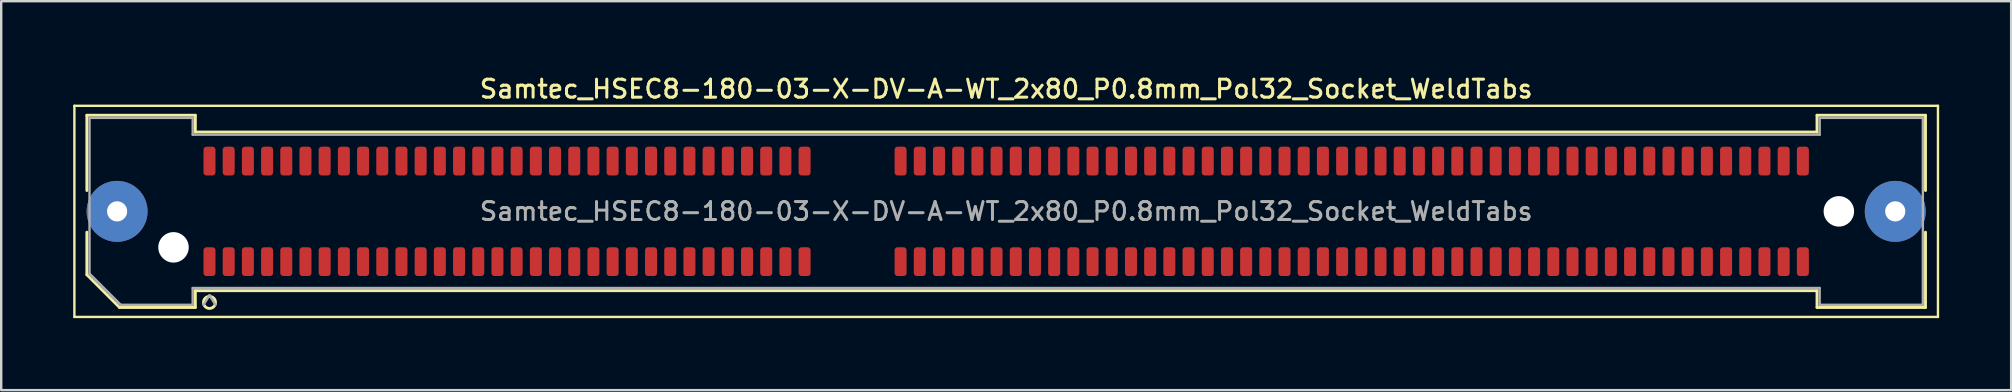
<source format=kicad_pcb>
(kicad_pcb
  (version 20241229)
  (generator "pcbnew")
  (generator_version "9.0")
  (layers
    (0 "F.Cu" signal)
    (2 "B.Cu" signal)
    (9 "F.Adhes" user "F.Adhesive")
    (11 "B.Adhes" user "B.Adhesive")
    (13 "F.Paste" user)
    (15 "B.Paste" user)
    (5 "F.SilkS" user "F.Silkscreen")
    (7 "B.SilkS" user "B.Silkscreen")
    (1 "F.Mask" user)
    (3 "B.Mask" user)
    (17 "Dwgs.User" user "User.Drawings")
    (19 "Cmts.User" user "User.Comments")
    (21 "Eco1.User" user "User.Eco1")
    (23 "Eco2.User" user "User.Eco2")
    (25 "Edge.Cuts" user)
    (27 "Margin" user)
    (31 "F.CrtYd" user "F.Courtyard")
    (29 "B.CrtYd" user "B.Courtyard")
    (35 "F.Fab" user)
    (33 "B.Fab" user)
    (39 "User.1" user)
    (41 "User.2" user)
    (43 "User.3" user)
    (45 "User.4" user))
  (footprint "Samtec_HSEC8-180-03-X-DV-A-WT_2x80_P0.8mm_Pol32_Socket_WeldTabs"
    (layer "F.Cu")
    (at 38.88 5.758)
    (property "Reference" "Samtec_HSEC8-180-03-X-DV-A-WT_2x80_P0.8mm_Pol32_Socket_WeldTabs" (at 0 -5.1 0) (layer "F.SilkS") (effects (font (size 0.75 0.75) (thickness 0.125))))
    (attr smd)
    (fp_line (start -38.83 -4.4) (end -38.83 4.4) (stroke (width 0.1) (type solid)) (layer "F.SilkS"))
    (fp_line (start -38.83 4.4) (end 38.83 4.4) (stroke (width 0.1) (type solid)) (layer "F.SilkS"))
    (fp_line (start -38.31 -4.005) (end -33.79 -4.005) (stroke (width 0.12) (type solid)) (layer "F.SilkS"))
    (fp_line (start -38.31 -0.868) (end -38.31 -4.005) (stroke (width 0.12) (type solid)) (layer "F.SilkS"))
    (fp_line (start -38.31 2.641) (end -38.31 0.868) (stroke (width 0.12) (type solid)) (layer "F.SilkS"))
    (fp_line (start -36.946 4.005) (end -38.31 2.641) (stroke (width 0.12) (type solid)) (layer "F.SilkS"))
    (fp_line (start -33.79 -4.005) (end -33.79 -3.305) (stroke (width 0.12) (type solid)) (layer "F.SilkS"))
    (fp_line (start -33.79 -3.305) (end 33.79 -3.305) (stroke (width 0.12) (type solid)) (layer "F.SilkS"))
    (fp_line (start -33.79 3.305) (end -33.79 4.005) (stroke (width 0.12) (type solid)) (layer "F.SilkS"))
    (fp_line (start -33.79 4.005) (end -36.946 4.005) (stroke (width 0.12) (type solid)) (layer "F.SilkS"))
    (fp_line (start 33.79 -4.005) (end 38.31 -4.005) (stroke (width 0.12) (type solid)) (layer "F.SilkS"))
    (fp_line (start 33.79 -3.305) (end 33.79 -4.005) (stroke (width 0.12) (type solid)) (layer "F.SilkS"))
    (fp_line (start 33.79 3.305) (end -33.79 3.305) (stroke (width 0.12) (type solid)) (layer "F.SilkS"))
    (fp_line (start 33.79 4.005) (end 33.79 3.305) (stroke (width 0.12) (type solid)) (layer "F.SilkS"))
    (fp_line (start 38.31 -4.005) (end 38.31 -0.868) (stroke (width 0.12) (type solid)) (layer "F.SilkS"))
    (fp_line (start 38.31 0.868) (end 38.31 4.005) (stroke (width 0.12) (type solid)) (layer "F.SilkS"))
    (fp_line (start 38.31 4.005) (end 33.79 4.005) (stroke (width 0.12) (type solid)) (layer "F.SilkS"))
    (fp_line (start 38.83 -4.4) (end -38.83 -4.4) (stroke (width 0.1) (type solid)) (layer "F.SilkS"))
    (fp_line (start 38.83 4.4) (end 38.83 -4.4) (stroke (width 0.1) (type solid)) (layer "F.SilkS"))
    (fp_arc (start -32.95 3.795) (mid -33.45 3.795) (end -32.95 3.795) (stroke (width 0.12) (type solid)) (layer "F.SilkS"))
    (fp_line (start -38.2 -3.895) (end -33.9 -3.895) (stroke (width 0.1) (type solid)) (layer "F.Fab"))
    (fp_line (start -38.2 2.595) (end -38.2 -3.895) (stroke (width 0.1) (type solid)) (layer "F.Fab"))
    (fp_line (start -36.9 3.895) (end -38.2 2.595) (stroke (width 0.1) (type solid)) (layer "F.Fab"))
    (fp_line (start -33.9 -3.895) (end -33.9 -3.195) (stroke (width 0.1) (type solid)) (layer "F.Fab"))
    (fp_line (start -33.9 -3.195) (end 33.9 -3.195) (stroke (width 0.1) (type solid)) (layer "F.Fab"))
    (fp_line (start -33.9 3.195) (end -33.9 3.895) (stroke (width 0.1) (type solid)) (layer "F.Fab"))
    (fp_line (start -33.9 3.895) (end -36.9 3.895) (stroke (width 0.1) (type solid)) (layer "F.Fab"))
    (fp_line (start -33.2 3.495) (end -33.45 3.895) (stroke (width 0.1) (type solid)) (layer "F.Fab"))
    (fp_line (start -33.2 3.495) (end -32.95 3.895) (stroke (width 0.1) (type solid)) (layer "F.Fab"))
    (fp_line (start 33.9 -3.895) (end 38.2 -3.895) (stroke (width 0.1) (type solid)) (layer "F.Fab"))
    (fp_line (start 33.9 -3.195) (end 33.9 -3.895) (stroke (width 0.1) (type solid)) (layer "F.Fab"))
    (fp_line (start 33.9 3.195) (end -33.9 3.195) (stroke (width 0.1) (type solid)) (layer "F.Fab"))
    (fp_line (start 33.9 3.895) (end 33.9 3.195) (stroke (width 0.1) (type solid)) (layer "F.Fab"))
    (fp_line (start 38.2 -3.895) (end 38.2 3.895) (stroke (width 0.1) (type solid)) (layer "F.Fab"))
    (fp_line (start 38.2 3.895) (end 33.9 3.895) (stroke (width 0.1) (type solid)) (layer "F.Fab"))
    (fp_text user "${REFERENCE}" (at 0 0 0) (layer "F.Fab") (effects (font (size 0.75 0.75) (thickness 0.125))))
    (pad "" thru_hole circle (at -37.05 0) (size 2.54 2.54) (drill 0.84) (layers "*.Cu" "*.Mask" "F.Paste"))
    (pad "" np_thru_hole circle (at -34.7 1.5) (size 1.27 1.27) (drill 1.27) (layers "*.Cu" "*.Mask"))
    (pad "" np_thru_hole circle (at 34.7 0) (size 1.27 1.27) (drill 1.27) (layers "*.Cu" "*.Mask"))
    (pad "" thru_hole circle (at 37.05 0) (size 2.54 2.54) (drill 0.84) (layers "*.Cu" "*.Mask" "F.Paste"))
    (pad "1" smd roundrect (at -33.2 2.095) (size 0.5 1.2) (layers "F.Cu" "F.Mask" "F.Paste") (roundrect_rratio 0.25))
    (pad "2" smd roundrect (at -33.2 -2.095) (size 0.5 1.2) (layers "F.Cu" "F.Mask" "F.Paste") (roundrect_rratio 0.25))
    (pad "3" smd roundrect (at -32.4 2.095) (size 0.5 1.2) (layers "F.Cu" "F.Mask" "F.Paste") (roundrect_rratio 0.25))
    (pad "4" smd roundrect (at -32.4 -2.095) (size 0.5 1.2) (layers "F.Cu" "F.Mask" "F.Paste") (roundrect_rratio 0.25))
    (pad "5" smd roundrect (at -31.6 2.095) (size 0.5 1.2) (layers "F.Cu" "F.Mask" "F.Paste") (roundrect_rratio 0.25))
    (pad "6" smd roundrect (at -31.6 -2.095) (size 0.5 1.2) (layers "F.Cu" "F.Mask" "F.Paste") (roundrect_rratio 0.25))
    (pad "7" smd roundrect (at -30.8 2.095) (size 0.5 1.2) (layers "F.Cu" "F.Mask" "F.Paste") (roundrect_rratio 0.25))
    (pad "8" smd roundrect (at -30.8 -2.095) (size 0.5 1.2) (layers "F.Cu" "F.Mask" "F.Paste") (roundrect_rratio 0.25))
    (pad "9" smd roundrect (at -30 2.095) (size 0.5 1.2) (layers "F.Cu" "F.Mask" "F.Paste") (roundrect_rratio 0.25))
    (pad "10" smd roundrect (at -30 -2.095) (size 0.5 1.2) (layers "F.Cu" "F.Mask" "F.Paste") (roundrect_rratio 0.25))
    (pad "11" smd roundrect (at -29.2 2.095) (size 0.5 1.2) (layers "F.Cu" "F.Mask" "F.Paste") (roundrect_rratio 0.25))
    (pad "12" smd roundrect (at -29.2 -2.095) (size 0.5 1.2) (layers "F.Cu" "F.Mask" "F.Paste") (roundrect_rratio 0.25))
    (pad "13" smd roundrect (at -28.4 2.095) (size 0.5 1.2) (layers "F.Cu" "F.Mask" "F.Paste") (roundrect_rratio 0.25))
    (pad "14" smd roundrect (at -28.4 -2.095) (size 0.5 1.2) (layers "F.Cu" "F.Mask" "F.Paste") (roundrect_rratio 0.25))
    (pad "15" smd roundrect (at -27.6 2.095) (size 0.5 1.2) (layers "F.Cu" "F.Mask" "F.Paste") (roundrect_rratio 0.25))
    (pad "16" smd roundrect (at -27.6 -2.095) (size 0.5 1.2) (layers "F.Cu" "F.Mask" "F.Paste") (roundrect_rratio 0.25))
    (pad "17" smd roundrect (at -26.8 2.095) (size 0.5 1.2) (layers "F.Cu" "F.Mask" "F.Paste") (roundrect_rratio 0.25))
    (pad "18" smd roundrect (at -26.8 -2.095) (size 0.5 1.2) (layers "F.Cu" "F.Mask" "F.Paste") (roundrect_rratio 0.25))
    (pad "19" smd roundrect (at -26 2.095) (size 0.5 1.2) (layers "F.Cu" "F.Mask" "F.Paste") (roundrect_rratio 0.25))
    (pad "20" smd roundrect (at -26 -2.095) (size 0.5 1.2) (layers "F.Cu" "F.Mask" "F.Paste") (roundrect_rratio 0.25))
    (pad "21" smd roundrect (at -25.2 2.095) (size 0.5 1.2) (layers "F.Cu" "F.Mask" "F.Paste") (roundrect_rratio 0.25))
    (pad "22" smd roundrect (at -25.2 -2.095) (size 0.5 1.2) (layers "F.Cu" "F.Mask" "F.Paste") (roundrect_rratio 0.25))
    (pad "23" smd roundrect (at -24.4 2.095) (size 0.5 1.2) (layers "F.Cu" "F.Mask" "F.Paste") (roundrect_rratio 0.25))
    (pad "24" smd roundrect (at -24.4 -2.095) (size 0.5 1.2) (layers "F.Cu" "F.Mask" "F.Paste") (roundrect_rratio 0.25))
    (pad "25" smd roundrect (at -23.6 2.095) (size 0.5 1.2) (layers "F.Cu" "F.Mask" "F.Paste") (roundrect_rratio 0.25))
    (pad "26" smd roundrect (at -23.6 -2.095) (size 0.5 1.2) (layers "F.Cu" "F.Mask" "F.Paste") (roundrect_rratio 0.25))
    (pad "27" smd roundrect (at -22.8 2.095) (size 0.5 1.2) (layers "F.Cu" "F.Mask" "F.Paste") (roundrect_rratio 0.25))
    (pad "28" smd roundrect (at -22.8 -2.095) (size 0.5 1.2) (layers "F.Cu" "F.Mask" "F.Paste") (roundrect_rratio 0.25))
    (pad "29" smd roundrect (at -22 2.095) (size 0.5 1.2) (layers "F.Cu" "F.Mask" "F.Paste") (roundrect_rratio 0.25))
    (pad "30" smd roundrect (at -22 -2.095) (size 0.5 1.2) (layers "F.Cu" "F.Mask" "F.Paste") (roundrect_rratio 0.25))
    (pad "31" smd roundrect (at -21.2 2.095) (size 0.5 1.2) (layers "F.Cu" "F.Mask" "F.Paste") (roundrect_rratio 0.25))
    (pad "32" smd roundrect (at -21.2 -2.095) (size 0.5 1.2) (layers "F.Cu" "F.Mask" "F.Paste") (roundrect_rratio 0.25))
    (pad "33" smd roundrect (at -20.4 2.095) (size 0.5 1.2) (layers "F.Cu" "F.Mask" "F.Paste") (roundrect_rratio 0.25))
    (pad "34" smd roundrect (at -20.4 -2.095) (size 0.5 1.2) (layers "F.Cu" "F.Mask" "F.Paste") (roundrect_rratio 0.25))
    (pad "35" smd roundrect (at -19.6 2.095) (size 0.5 1.2) (layers "F.Cu" "F.Mask" "F.Paste") (roundrect_rratio 0.25))
    (pad "36" smd roundrect (at -19.6 -2.095) (size 0.5 1.2) (layers "F.Cu" "F.Mask" "F.Paste") (roundrect_rratio 0.25))
    (pad "37" smd roundrect (at -18.8 2.095) (size 0.5 1.2) (layers "F.Cu" "F.Mask" "F.Paste") (roundrect_rratio 0.25))
    (pad "38" smd roundrect (at -18.8 -2.095) (size 0.5 1.2) (layers "F.Cu" "F.Mask" "F.Paste") (roundrect_rratio 0.25))
    (pad "39" smd roundrect (at -18 2.095) (size 0.5 1.2) (layers "F.Cu" "F.Mask" "F.Paste") (roundrect_rratio 0.25))
    (pad "40" smd roundrect (at -18 -2.095) (size 0.5 1.2) (layers "F.Cu" "F.Mask" "F.Paste") (roundrect_rratio 0.25))
    (pad "41" smd roundrect (at -17.2 2.095) (size 0.5 1.2) (layers "F.Cu" "F.Mask" "F.Paste") (roundrect_rratio 0.25))
    (pad "42" smd roundrect (at -17.2 -2.095) (size 0.5 1.2) (layers "F.Cu" "F.Mask" "F.Paste") (roundrect_rratio 0.25))
    (pad "43" smd roundrect (at -16.4 2.095) (size 0.5 1.2) (layers "F.Cu" "F.Mask" "F.Paste") (roundrect_rratio 0.25))
    (pad "44" smd roundrect (at -16.4 -2.095) (size 0.5 1.2) (layers "F.Cu" "F.Mask" "F.Paste") (roundrect_rratio 0.25))
    (pad "45" smd roundrect (at -15.6 2.095) (size 0.5 1.2) (layers "F.Cu" "F.Mask" "F.Paste") (roundrect_rratio 0.25))
    (pad "46" smd roundrect (at -15.6 -2.095) (size 0.5 1.2) (layers "F.Cu" "F.Mask" "F.Paste") (roundrect_rratio 0.25))
    (pad "47" smd roundrect (at -14.8 2.095) (size 0.5 1.2) (layers "F.Cu" "F.Mask" "F.Paste") (roundrect_rratio 0.25))
    (pad "48" smd roundrect (at -14.8 -2.095) (size 0.5 1.2) (layers "F.Cu" "F.Mask" "F.Paste") (roundrect_rratio 0.25))
    (pad "49" smd roundrect (at -14 2.095) (size 0.5 1.2) (layers "F.Cu" "F.Mask" "F.Paste") (roundrect_rratio 0.25))
    (pad "50" smd roundrect (at -14 -2.095) (size 0.5 1.2) (layers "F.Cu" "F.Mask" "F.Paste") (roundrect_rratio 0.25))
    (pad "51" smd roundrect (at -13.2 2.095) (size 0.5 1.2) (layers "F.Cu" "F.Mask" "F.Paste") (roundrect_rratio 0.25))
    (pad "52" smd roundrect (at -13.2 -2.095) (size 0.5 1.2) (layers "F.Cu" "F.Mask" "F.Paste") (roundrect_rratio 0.25))
    (pad "53" smd roundrect (at -12.4 2.095) (size 0.5 1.2) (layers "F.Cu" "F.Mask" "F.Paste") (roundrect_rratio 0.25))
    (pad "54" smd roundrect (at -12.4 -2.095) (size 0.5 1.2) (layers "F.Cu" "F.Mask" "F.Paste") (roundrect_rratio 0.25))
    (pad "55" smd roundrect (at -11.6 2.095) (size 0.5 1.2) (layers "F.Cu" "F.Mask" "F.Paste") (roundrect_rratio 0.25))
    (pad "56" smd roundrect (at -11.6 -2.095) (size 0.5 1.2) (layers "F.Cu" "F.Mask" "F.Paste") (roundrect_rratio 0.25))
    (pad "57" smd roundrect (at -10.8 2.095) (size 0.5 1.2) (layers "F.Cu" "F.Mask" "F.Paste") (roundrect_rratio 0.25))
    (pad "58" smd roundrect (at -10.8 -2.095) (size 0.5 1.2) (layers "F.Cu" "F.Mask" "F.Paste") (roundrect_rratio 0.25))
    (pad "59" smd roundrect (at -10 2.095) (size 0.5 1.2) (layers "F.Cu" "F.Mask" "F.Paste") (roundrect_rratio 0.25))
    (pad "60" smd roundrect (at -10 -2.095) (size 0.5 1.2) (layers "F.Cu" "F.Mask" "F.Paste") (roundrect_rratio 0.25))
    (pad "61" smd roundrect (at -9.2 2.095) (size 0.5 1.2) (layers "F.Cu" "F.Mask" "F.Paste") (roundrect_rratio 0.25))
    (pad "62" smd roundrect (at -9.2 -2.095) (size 0.5 1.2) (layers "F.Cu" "F.Mask" "F.Paste") (roundrect_rratio 0.25))
    (pad "63" smd roundrect (at -8.4 2.095) (size 0.5 1.2) (layers "F.Cu" "F.Mask" "F.Paste") (roundrect_rratio 0.25))
    (pad "64" smd roundrect (at -8.4 -2.095) (size 0.5 1.2) (layers "F.Cu" "F.Mask" "F.Paste") (roundrect_rratio 0.25))
    (pad "65" smd roundrect (at -4.4 2.095) (size 0.5 1.2) (layers "F.Cu" "F.Mask" "F.Paste") (roundrect_rratio 0.25))
    (pad "66" smd roundrect (at -4.4 -2.095) (size 0.5 1.2) (layers "F.Cu" "F.Mask" "F.Paste") (roundrect_rratio 0.25))
    (pad "67" smd roundrect (at -3.6 2.095) (size 0.5 1.2) (layers "F.Cu" "F.Mask" "F.Paste") (roundrect_rratio 0.25))
    (pad "68" smd roundrect (at -3.6 -2.095) (size 0.5 1.2) (layers "F.Cu" "F.Mask" "F.Paste") (roundrect_rratio 0.25))
    (pad "69" smd roundrect (at -2.8 2.095) (size 0.5 1.2) (layers "F.Cu" "F.Mask" "F.Paste") (roundrect_rratio 0.25))
    (pad "70" smd roundrect (at -2.8 -2.095) (size 0.5 1.2) (layers "F.Cu" "F.Mask" "F.Paste") (roundrect_rratio 0.25))
    (pad "71" smd roundrect (at -2 2.095) (size 0.5 1.2) (layers "F.Cu" "F.Mask" "F.Paste") (roundrect_rratio 0.25))
    (pad "72" smd roundrect (at -2 -2.095) (size 0.5 1.2) (layers "F.Cu" "F.Mask" "F.Paste") (roundrect_rratio 0.25))
    (pad "73" smd roundrect (at -1.2 2.095) (size 0.5 1.2) (layers "F.Cu" "F.Mask" "F.Paste") (roundrect_rratio 0.25))
    (pad "74" smd roundrect (at -1.2 -2.095) (size 0.5 1.2) (layers "F.Cu" "F.Mask" "F.Paste") (roundrect_rratio 0.25))
    (pad "75" smd roundrect (at -0.4 2.095) (size 0.5 1.2) (layers "F.Cu" "F.Mask" "F.Paste") (roundrect_rratio 0.25))
    (pad "76" smd roundrect (at -0.4 -2.095) (size 0.5 1.2) (layers "F.Cu" "F.Mask" "F.Paste") (roundrect_rratio 0.25))
    (pad "77" smd roundrect (at 0.4 2.095) (size 0.5 1.2) (layers "F.Cu" "F.Mask" "F.Paste") (roundrect_rratio 0.25))
    (pad "78" smd roundrect (at 0.4 -2.095) (size 0.5 1.2) (layers "F.Cu" "F.Mask" "F.Paste") (roundrect_rratio 0.25))
    (pad "79" smd roundrect (at 1.2 2.095) (size 0.5 1.2) (layers "F.Cu" "F.Mask" "F.Paste") (roundrect_rratio 0.25))
    (pad "80" smd roundrect (at 1.2 -2.095) (size 0.5 1.2) (layers "F.Cu" "F.Mask" "F.Paste") (roundrect_rratio 0.25))
    (pad "81" smd roundrect (at 2 2.095) (size 0.5 1.2) (layers "F.Cu" "F.Mask" "F.Paste") (roundrect_rratio 0.25))
    (pad "82" smd roundrect (at 2 -2.095) (size 0.5 1.2) (layers "F.Cu" "F.Mask" "F.Paste") (roundrect_rratio 0.25))
    (pad "83" smd roundrect (at 2.8 2.095) (size 0.5 1.2) (layers "F.Cu" "F.Mask" "F.Paste") (roundrect_rratio 0.25))
    (pad "84" smd roundrect (at 2.8 -2.095) (size 0.5 1.2) (layers "F.Cu" "F.Mask" "F.Paste") (roundrect_rratio 0.25))
    (pad "85" smd roundrect (at 3.6 2.095) (size 0.5 1.2) (layers "F.Cu" "F.Mask" "F.Paste") (roundrect_rratio 0.25))
    (pad "86" smd roundrect (at 3.6 -2.095) (size 0.5 1.2) (layers "F.Cu" "F.Mask" "F.Paste") (roundrect_rratio 0.25))
    (pad "87" smd roundrect (at 4.4 2.095) (size 0.5 1.2) (layers "F.Cu" "F.Mask" "F.Paste") (roundrect_rratio 0.25))
    (pad "88" smd roundrect (at 4.4 -2.095) (size 0.5 1.2) (layers "F.Cu" "F.Mask" "F.Paste") (roundrect_rratio 0.25))
    (pad "89" smd roundrect (at 5.2 2.095) (size 0.5 1.2) (layers "F.Cu" "F.Mask" "F.Paste") (roundrect_rratio 0.25))
    (pad "90" smd roundrect (at 5.2 -2.095) (size 0.5 1.2) (layers "F.Cu" "F.Mask" "F.Paste") (roundrect_rratio 0.25))
    (pad "91" smd roundrect (at 6 2.095) (size 0.5 1.2) (layers "F.Cu" "F.Mask" "F.Paste") (roundrect_rratio 0.25))
    (pad "92" smd roundrect (at 6 -2.095) (size 0.5 1.2) (layers "F.Cu" "F.Mask" "F.Paste") (roundrect_rratio 0.25))
    (pad "93" smd roundrect (at 6.8 2.095) (size 0.5 1.2) (layers "F.Cu" "F.Mask" "F.Paste") (roundrect_rratio 0.25))
    (pad "94" smd roundrect (at 6.8 -2.095) (size 0.5 1.2) (layers "F.Cu" "F.Mask" "F.Paste") (roundrect_rratio 0.25))
    (pad "95" smd roundrect (at 7.6 2.095) (size 0.5 1.2) (layers "F.Cu" "F.Mask" "F.Paste") (roundrect_rratio 0.25))
    (pad "96" smd roundrect (at 7.6 -2.095) (size 0.5 1.2) (layers "F.Cu" "F.Mask" "F.Paste") (roundrect_rratio 0.25))
    (pad "97" smd roundrect (at 8.4 2.095) (size 0.5 1.2) (layers "F.Cu" "F.Mask" "F.Paste") (roundrect_rratio 0.25))
    (pad "98" smd roundrect (at 8.4 -2.095) (size 0.5 1.2) (layers "F.Cu" "F.Mask" "F.Paste") (roundrect_rratio 0.25))
    (pad "99" smd roundrect (at 9.2 2.095) (size 0.5 1.2) (layers "F.Cu" "F.Mask" "F.Paste") (roundrect_rratio 0.25))
    (pad "100" smd roundrect (at 9.2 -2.095) (size 0.5 1.2) (layers "F.Cu" "F.Mask" "F.Paste") (roundrect_rratio 0.25))
    (pad "101" smd roundrect (at 10 2.095) (size 0.5 1.2) (layers "F.Cu" "F.Mask" "F.Paste") (roundrect_rratio 0.25))
    (pad "102" smd roundrect (at 10 -2.095) (size 0.5 1.2) (layers "F.Cu" "F.Mask" "F.Paste") (roundrect_rratio 0.25))
    (pad "103" smd roundrect (at 10.8 2.095) (size 0.5 1.2) (layers "F.Cu" "F.Mask" "F.Paste") (roundrect_rratio 0.25))
    (pad "104" smd roundrect (at 10.8 -2.095) (size 0.5 1.2) (layers "F.Cu" "F.Mask" "F.Paste") (roundrect_rratio 0.25))
    (pad "105" smd roundrect (at 11.6 2.095) (size 0.5 1.2) (layers "F.Cu" "F.Mask" "F.Paste") (roundrect_rratio 0.25))
    (pad "106" smd roundrect (at 11.6 -2.095) (size 0.5 1.2) (layers "F.Cu" "F.Mask" "F.Paste") (roundrect_rratio 0.25))
    (pad "107" smd roundrect (at 12.4 2.095) (size 0.5 1.2) (layers "F.Cu" "F.Mask" "F.Paste") (roundrect_rratio 0.25))
    (pad "108" smd roundrect (at 12.4 -2.095) (size 0.5 1.2) (layers "F.Cu" "F.Mask" "F.Paste") (roundrect_rratio 0.25))
    (pad "109" smd roundrect (at 13.2 2.095) (size 0.5 1.2) (layers "F.Cu" "F.Mask" "F.Paste") (roundrect_rratio 0.25))
    (pad "110" smd roundrect (at 13.2 -2.095) (size 0.5 1.2) (layers "F.Cu" "F.Mask" "F.Paste") (roundrect_rratio 0.25))
    (pad "111" smd roundrect (at 14 2.095) (size 0.5 1.2) (layers "F.Cu" "F.Mask" "F.Paste") (roundrect_rratio 0.25))
    (pad "112" smd roundrect (at 14 -2.095) (size 0.5 1.2) (layers "F.Cu" "F.Mask" "F.Paste") (roundrect_rratio 0.25))
    (pad "113" smd roundrect (at 14.8 2.095) (size 0.5 1.2) (layers "F.Cu" "F.Mask" "F.Paste") (roundrect_rratio 0.25))
    (pad "114" smd roundrect (at 14.8 -2.095) (size 0.5 1.2) (layers "F.Cu" "F.Mask" "F.Paste") (roundrect_rratio 0.25))
    (pad "115" smd roundrect (at 15.6 2.095) (size 0.5 1.2) (layers "F.Cu" "F.Mask" "F.Paste") (roundrect_rratio 0.25))
    (pad "116" smd roundrect (at 15.6 -2.095) (size 0.5 1.2) (layers "F.Cu" "F.Mask" "F.Paste") (roundrect_rratio 0.25))
    (pad "117" smd roundrect (at 16.4 2.095) (size 0.5 1.2) (layers "F.Cu" "F.Mask" "F.Paste") (roundrect_rratio 0.25))
    (pad "118" smd roundrect (at 16.4 -2.095) (size 0.5 1.2) (layers "F.Cu" "F.Mask" "F.Paste") (roundrect_rratio 0.25))
    (pad "119" smd roundrect (at 17.2 2.095) (size 0.5 1.2) (layers "F.Cu" "F.Mask" "F.Paste") (roundrect_rratio 0.25))
    (pad "120" smd roundrect (at 17.2 -2.095) (size 0.5 1.2) (layers "F.Cu" "F.Mask" "F.Paste") (roundrect_rratio 0.25))
    (pad "121" smd roundrect (at 18 2.095) (size 0.5 1.2) (layers "F.Cu" "F.Mask" "F.Paste") (roundrect_rratio 0.25))
    (pad "122" smd roundrect (at 18 -2.095) (size 0.5 1.2) (layers "F.Cu" "F.Mask" "F.Paste") (roundrect_rratio 0.25))
    (pad "123" smd roundrect (at 18.8 2.095) (size 0.5 1.2) (layers "F.Cu" "F.Mask" "F.Paste") (roundrect_rratio 0.25))
    (pad "124" smd roundrect (at 18.8 -2.095) (size 0.5 1.2) (layers "F.Cu" "F.Mask" "F.Paste") (roundrect_rratio 0.25))
    (pad "125" smd roundrect (at 19.6 2.095) (size 0.5 1.2) (layers "F.Cu" "F.Mask" "F.Paste") (roundrect_rratio 0.25))
    (pad "126" smd roundrect (at 19.6 -2.095) (size 0.5 1.2) (layers "F.Cu" "F.Mask" "F.Paste") (roundrect_rratio 0.25))
    (pad "127" smd roundrect (at 20.4 2.095) (size 0.5 1.2) (layers "F.Cu" "F.Mask" "F.Paste") (roundrect_rratio 0.25))
    (pad "128" smd roundrect (at 20.4 -2.095) (size 0.5 1.2) (layers "F.Cu" "F.Mask" "F.Paste") (roundrect_rratio 0.25))
    (pad "129" smd roundrect (at 21.2 2.095) (size 0.5 1.2) (layers "F.Cu" "F.Mask" "F.Paste") (roundrect_rratio 0.25))
    (pad "130" smd roundrect (at 21.2 -2.095) (size 0.5 1.2) (layers "F.Cu" "F.Mask" "F.Paste") (roundrect_rratio 0.25))
    (pad "131" smd roundrect (at 22 2.095) (size 0.5 1.2) (layers "F.Cu" "F.Mask" "F.Paste") (roundrect_rratio 0.25))
    (pad "132" smd roundrect (at 22 -2.095) (size 0.5 1.2) (layers "F.Cu" "F.Mask" "F.Paste") (roundrect_rratio 0.25))
    (pad "133" smd roundrect (at 22.8 2.095) (size 0.5 1.2) (layers "F.Cu" "F.Mask" "F.Paste") (roundrect_rratio 0.25))
    (pad "134" smd roundrect (at 22.8 -2.095) (size 0.5 1.2) (layers "F.Cu" "F.Mask" "F.Paste") (roundrect_rratio 0.25))
    (pad "135" smd roundrect (at 23.6 2.095) (size 0.5 1.2) (layers "F.Cu" "F.Mask" "F.Paste") (roundrect_rratio 0.25))
    (pad "136" smd roundrect (at 23.6 -2.095) (size 0.5 1.2) (layers "F.Cu" "F.Mask" "F.Paste") (roundrect_rratio 0.25))
    (pad "137" smd roundrect (at 24.4 2.095) (size 0.5 1.2) (layers "F.Cu" "F.Mask" "F.Paste") (roundrect_rratio 0.25))
    (pad "138" smd roundrect (at 24.4 -2.095) (size 0.5 1.2) (layers "F.Cu" "F.Mask" "F.Paste") (roundrect_rratio 0.25))
    (pad "139" smd roundrect (at 25.2 2.095) (size 0.5 1.2) (layers "F.Cu" "F.Mask" "F.Paste") (roundrect_rratio 0.25))
    (pad "140" smd roundrect (at 25.2 -2.095) (size 0.5 1.2) (layers "F.Cu" "F.Mask" "F.Paste") (roundrect_rratio 0.25))
    (pad "141" smd roundrect (at 26 2.095) (size 0.5 1.2) (layers "F.Cu" "F.Mask" "F.Paste") (roundrect_rratio 0.25))
    (pad "142" smd roundrect (at 26 -2.095) (size 0.5 1.2) (layers "F.Cu" "F.Mask" "F.Paste") (roundrect_rratio 0.25))
    (pad "143" smd roundrect (at 26.8 2.095) (size 0.5 1.2) (layers "F.Cu" "F.Mask" "F.Paste") (roundrect_rratio 0.25))
    (pad "144" smd roundrect (at 26.8 -2.095) (size 0.5 1.2) (layers "F.Cu" "F.Mask" "F.Paste") (roundrect_rratio 0.25))
    (pad "145" smd roundrect (at 27.6 2.095) (size 0.5 1.2) (layers "F.Cu" "F.Mask" "F.Paste") (roundrect_rratio 0.25))
    (pad "146" smd roundrect (at 27.6 -2.095) (size 0.5 1.2) (layers "F.Cu" "F.Mask" "F.Paste") (roundrect_rratio 0.25))
    (pad "147" smd roundrect (at 28.4 2.095) (size 0.5 1.2) (layers "F.Cu" "F.Mask" "F.Paste") (roundrect_rratio 0.25))
    (pad "148" smd roundrect (at 28.4 -2.095) (size 0.5 1.2) (layers "F.Cu" "F.Mask" "F.Paste") (roundrect_rratio 0.25))
    (pad "149" smd roundrect (at 29.2 2.095) (size 0.5 1.2) (layers "F.Cu" "F.Mask" "F.Paste") (roundrect_rratio 0.25))
    (pad "150" smd roundrect (at 29.2 -2.095) (size 0.5 1.2) (layers "F.Cu" "F.Mask" "F.Paste") (roundrect_rratio 0.25))
    (pad "151" smd roundrect (at 30 2.095) (size 0.5 1.2) (layers "F.Cu" "F.Mask" "F.Paste") (roundrect_rratio 0.25))
    (pad "152" smd roundrect (at 30 -2.095) (size 0.5 1.2) (layers "F.Cu" "F.Mask" "F.Paste") (roundrect_rratio 0.25))
    (pad "153" smd roundrect (at 30.8 2.095) (size 0.5 1.2) (layers "F.Cu" "F.Mask" "F.Paste") (roundrect_rratio 0.25))
    (pad "154" smd roundrect (at 30.8 -2.095) (size 0.5 1.2) (layers "F.Cu" "F.Mask" "F.Paste") (roundrect_rratio 0.25))
    (pad "155" smd roundrect (at 31.6 2.095) (size 0.5 1.2) (layers "F.Cu" "F.Mask" "F.Paste") (roundrect_rratio 0.25))
    (pad "156" smd roundrect (at 31.6 -2.095) (size 0.5 1.2) (layers "F.Cu" "F.Mask" "F.Paste") (roundrect_rratio 0.25))
    (pad "157" smd roundrect (at 32.4 2.095) (size 0.5 1.2) (layers "F.Cu" "F.Mask" "F.Paste") (roundrect_rratio 0.25))
    (pad "158" smd roundrect (at 32.4 -2.095) (size 0.5 1.2) (layers "F.Cu" "F.Mask" "F.Paste") (roundrect_rratio 0.25))
    (pad "159" smd roundrect (at 33.2 2.095) (size 0.5 1.2) (layers "F.Cu" "F.Mask" "F.Paste") (roundrect_rratio 0.25))
    (pad "160" smd roundrect (at 33.2 -2.095) (size 0.5 1.2) (layers "F.Cu" "F.Mask" "F.Paste") (roundrect_rratio 0.25)))
  (gr_rect
    (start -3 -3)
    (end 80.76 13.208)
    (stroke (width 0.1) (type default))
    (fill no)
    (layer "Edge.Cuts")))
</source>
